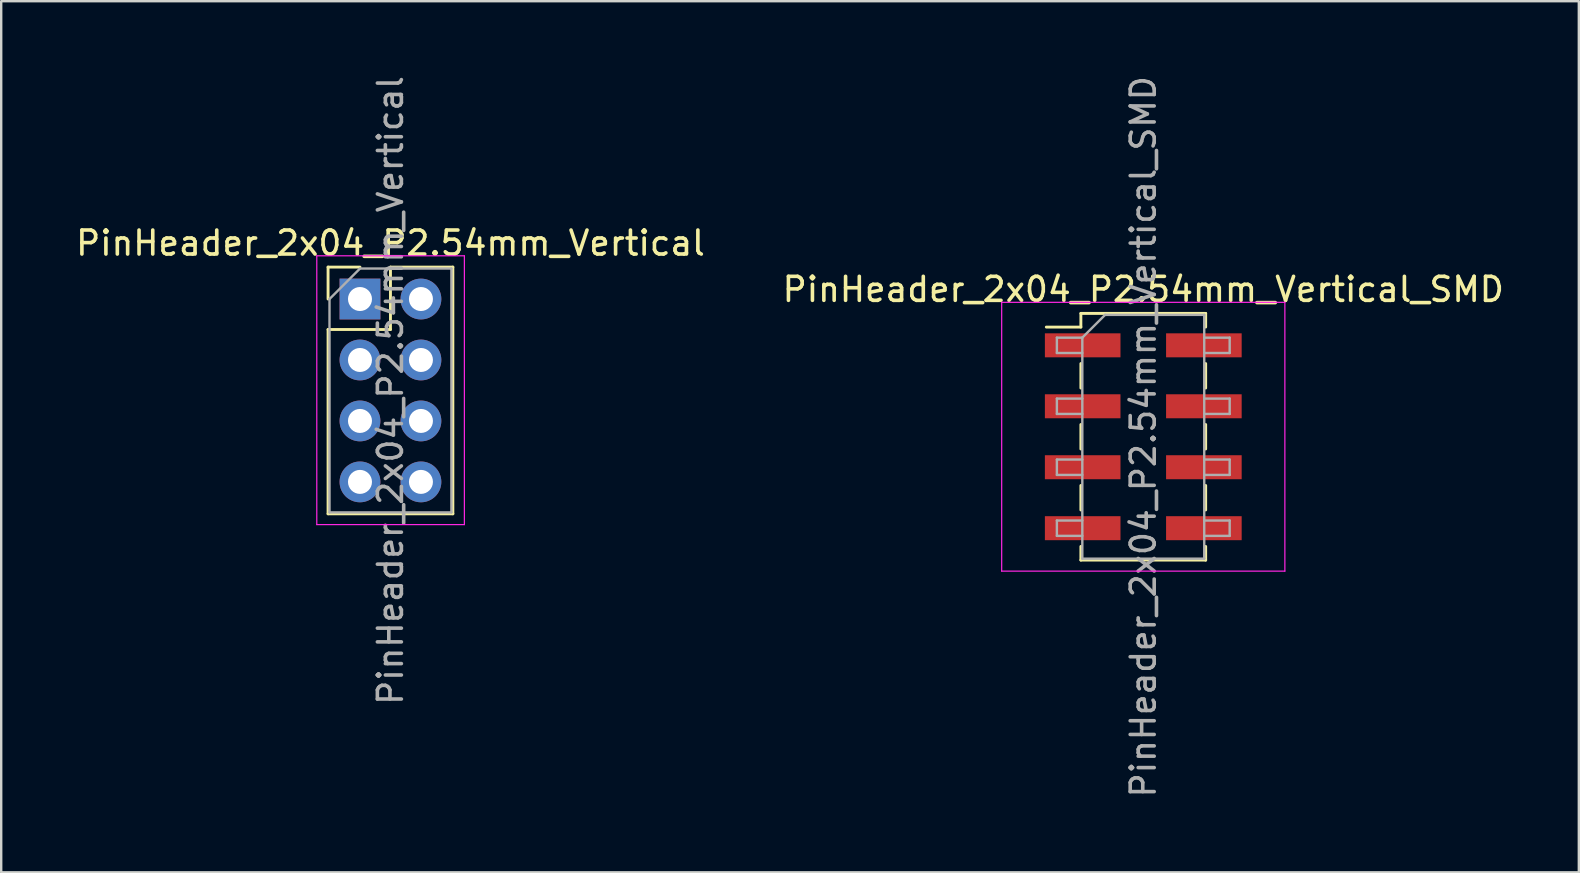
<source format=kicad_pcb>
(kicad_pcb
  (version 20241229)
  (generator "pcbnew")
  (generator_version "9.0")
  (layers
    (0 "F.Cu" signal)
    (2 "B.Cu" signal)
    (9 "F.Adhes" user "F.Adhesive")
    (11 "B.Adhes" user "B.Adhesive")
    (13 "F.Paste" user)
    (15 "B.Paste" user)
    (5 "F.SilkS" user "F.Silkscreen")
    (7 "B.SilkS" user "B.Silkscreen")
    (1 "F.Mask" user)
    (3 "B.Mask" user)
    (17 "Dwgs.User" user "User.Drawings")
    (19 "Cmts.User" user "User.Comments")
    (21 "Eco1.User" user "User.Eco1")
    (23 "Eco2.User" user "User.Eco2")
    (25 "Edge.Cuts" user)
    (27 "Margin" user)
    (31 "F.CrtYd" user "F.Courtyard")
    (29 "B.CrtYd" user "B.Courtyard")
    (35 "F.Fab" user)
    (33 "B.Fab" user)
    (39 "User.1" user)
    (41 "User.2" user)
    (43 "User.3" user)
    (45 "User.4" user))
  (footprint "PinHeader_2x04_P2.54mm_Vertical_SMD"
    (layer "F.Cu")
    (at 44.589 15.149)
    (property "Reference" "PinHeader_2x04_P2.54mm_Vertical_SMD" (at 0 -6.14 0) (layer "F.SilkS") (effects (font (size 1 1) (thickness 0.15))))
    (attr smd)
    (fp_line (start -4.04 -4.57) (end -2.6 -4.57) (stroke (width 0.12) (type solid)) (layer "F.SilkS"))
    (fp_line (start -2.6 -5.14) (end -2.6 -4.57) (stroke (width 0.12) (type solid)) (layer "F.SilkS"))
    (fp_line (start -2.6 -5.14) (end 2.6 -5.14) (stroke (width 0.12) (type solid)) (layer "F.SilkS"))
    (fp_line (start -2.6 -3.05) (end -2.6 -2.03) (stroke (width 0.12) (type solid)) (layer "F.SilkS"))
    (fp_line (start -2.6 -0.51) (end -2.6 0.51) (stroke (width 0.12) (type solid)) (layer "F.SilkS"))
    (fp_line (start -2.6 2.03) (end -2.6 3.05) (stroke (width 0.12) (type solid)) (layer "F.SilkS"))
    (fp_line (start -2.6 4.57) (end -2.6 5.14) (stroke (width 0.12) (type solid)) (layer "F.SilkS"))
    (fp_line (start -2.6 5.14) (end 2.6 5.14) (stroke (width 0.12) (type solid)) (layer "F.SilkS"))
    (fp_line (start 2.6 -5.14) (end 2.6 -4.57) (stroke (width 0.12) (type solid)) (layer "F.SilkS"))
    (fp_line (start 2.6 -3.05) (end 2.6 -2.03) (stroke (width 0.12) (type solid)) (layer "F.SilkS"))
    (fp_line (start 2.6 -0.51) (end 2.6 0.51) (stroke (width 0.12) (type solid)) (layer "F.SilkS"))
    (fp_line (start 2.6 2.03) (end 2.6 3.05) (stroke (width 0.12) (type solid)) (layer "F.SilkS"))
    (fp_line (start 2.6 4.57) (end 2.6 5.14) (stroke (width 0.12) (type solid)) (layer "F.SilkS"))
    (fp_line (start -5.9 -5.6) (end -5.9 5.6) (stroke (width 0.05) (type solid)) (layer "F.CrtYd"))
    (fp_line (start -5.9 5.6) (end 5.9 5.6) (stroke (width 0.05) (type solid)) (layer "F.CrtYd"))
    (fp_line (start 5.9 -5.6) (end -5.9 -5.6) (stroke (width 0.05) (type solid)) (layer "F.CrtYd"))
    (fp_line (start 5.9 5.6) (end 5.9 -5.6) (stroke (width 0.05) (type solid)) (layer "F.CrtYd"))
    (fp_line (start -3.6 -4.13) (end -3.6 -3.49) (stroke (width 0.1) (type solid)) (layer "F.Fab"))
    (fp_line (start -3.6 -3.49) (end -2.54 -3.49) (stroke (width 0.1) (type solid)) (layer "F.Fab"))
    (fp_line (start -3.6 -1.59) (end -3.6 -0.95) (stroke (width 0.1) (type solid)) (layer "F.Fab"))
    (fp_line (start -3.6 -0.95) (end -2.54 -0.95) (stroke (width 0.1) (type solid)) (layer "F.Fab"))
    (fp_line (start -3.6 0.95) (end -3.6 1.59) (stroke (width 0.1) (type solid)) (layer "F.Fab"))
    (fp_line (start -3.6 1.59) (end -2.54 1.59) (stroke (width 0.1) (type solid)) (layer "F.Fab"))
    (fp_line (start -3.6 3.49) (end -3.6 4.13) (stroke (width 0.1) (type solid)) (layer "F.Fab"))
    (fp_line (start -3.6 4.13) (end -2.54 4.13) (stroke (width 0.1) (type solid)) (layer "F.Fab"))
    (fp_line (start -2.54 -4.13) (end -3.6 -4.13) (stroke (width 0.1) (type solid)) (layer "F.Fab"))
    (fp_line (start -2.54 -4.13) (end -1.59 -5.08) (stroke (width 0.1) (type solid)) (layer "F.Fab"))
    (fp_line (start -2.54 -1.59) (end -3.6 -1.59) (stroke (width 0.1) (type solid)) (layer "F.Fab"))
    (fp_line (start -2.54 0.95) (end -3.6 0.95) (stroke (width 0.1) (type solid)) (layer "F.Fab"))
    (fp_line (start -2.54 3.49) (end -3.6 3.49) (stroke (width 0.1) (type solid)) (layer "F.Fab"))
    (fp_line (start -2.54 5.08) (end -2.54 -4.13) (stroke (width 0.1) (type solid)) (layer "F.Fab"))
    (fp_line (start -1.59 -5.08) (end 2.54 -5.08) (stroke (width 0.1) (type solid)) (layer "F.Fab"))
    (fp_line (start 2.54 -5.08) (end 2.54 5.08) (stroke (width 0.1) (type solid)) (layer "F.Fab"))
    (fp_line (start 2.54 -4.13) (end 3.6 -4.13) (stroke (width 0.1) (type solid)) (layer "F.Fab"))
    (fp_line (start 2.54 -1.59) (end 3.6 -1.59) (stroke (width 0.1) (type solid)) (layer "F.Fab"))
    (fp_line (start 2.54 0.95) (end 3.6 0.95) (stroke (width 0.1) (type solid)) (layer "F.Fab"))
    (fp_line (start 2.54 3.49) (end 3.6 3.49) (stroke (width 0.1) (type solid)) (layer "F.Fab"))
    (fp_line (start 2.54 5.08) (end -2.54 5.08) (stroke (width 0.1) (type solid)) (layer "F.Fab"))
    (fp_line (start 3.6 -4.13) (end 3.6 -3.49) (stroke (width 0.1) (type solid)) (layer "F.Fab"))
    (fp_line (start 3.6 -3.49) (end 2.54 -3.49) (stroke (width 0.1) (type solid)) (layer "F.Fab"))
    (fp_line (start 3.6 -1.59) (end 3.6 -0.95) (stroke (width 0.1) (type solid)) (layer "F.Fab"))
    (fp_line (start 3.6 -0.95) (end 2.54 -0.95) (stroke (width 0.1) (type solid)) (layer "F.Fab"))
    (fp_line (start 3.6 0.95) (end 3.6 1.59) (stroke (width 0.1) (type solid)) (layer "F.Fab"))
    (fp_line (start 3.6 1.59) (end 2.54 1.59) (stroke (width 0.1) (type solid)) (layer "F.Fab"))
    (fp_line (start 3.6 3.49) (end 3.6 4.13) (stroke (width 0.1) (type solid)) (layer "F.Fab"))
    (fp_line (start 3.6 4.13) (end 2.54 4.13) (stroke (width 0.1) (type solid)) (layer "F.Fab"))
    (fp_text user "${REFERENCE}" (at 0 0 90) (layer "F.Fab") (effects (font (size 1 1) (thickness 0.15))))
    (pad "1" smd rect (at -2.525 -3.81) (size 3.15 1) (layers "F.Cu" "F.Mask" "F.Paste"))
    (pad "2" smd rect (at 2.525 -3.81) (size 3.15 1) (layers "F.Cu" "F.Mask" "F.Paste"))
    (pad "3" smd rect (at -2.525 -1.27) (size 3.15 1) (layers "F.Cu" "F.Mask" "F.Paste"))
    (pad "4" smd rect (at 2.525 -1.27) (size 3.15 1) (layers "F.Cu" "F.Mask" "F.Paste"))
    (pad "5" smd rect (at -2.525 1.27) (size 3.15 1) (layers "F.Cu" "F.Mask" "F.Paste"))
    (pad "6" smd rect (at 2.525 1.27) (size 3.15 1) (layers "F.Cu" "F.Mask" "F.Paste"))
    (pad "7" smd rect (at -2.525 3.81) (size 3.15 1) (layers "F.Cu" "F.Mask" "F.Paste"))
    (pad "8" smd rect (at 2.525 3.81) (size 3.15 1) (layers "F.Cu" "F.Mask" "F.Paste")))
  (footprint "PinHeader_2x04_P2.54mm_Vertical"
    (layer "F.Cu")
    (at 11.95 9.41)
    (property "Reference" "PinHeader_2x04_P2.54mm_Vertical" (at 1.27 -2.33 0) (layer "F.SilkS") (effects (font (size 1 1) (thickness 0.15))))
    (attr through_hole)
    (fp_line (start -1.33 -1.33) (end 0 -1.33) (stroke (width 0.12) (type solid)) (layer "F.SilkS"))
    (fp_line (start -1.33 0) (end -1.33 -1.33) (stroke (width 0.12) (type solid)) (layer "F.SilkS"))
    (fp_line (start -1.33 1.27) (end -1.33 8.95) (stroke (width 0.12) (type solid)) (layer "F.SilkS"))
    (fp_line (start -1.33 1.27) (end 1.27 1.27) (stroke (width 0.12) (type solid)) (layer "F.SilkS"))
    (fp_line (start -1.33 8.95) (end 3.87 8.95) (stroke (width 0.12) (type solid)) (layer "F.SilkS"))
    (fp_line (start 1.27 -1.33) (end 3.87 -1.33) (stroke (width 0.12) (type solid)) (layer "F.SilkS"))
    (fp_line (start 1.27 1.27) (end 1.27 -1.33) (stroke (width 0.12) (type solid)) (layer "F.SilkS"))
    (fp_line (start 3.87 -1.33) (end 3.87 8.95) (stroke (width 0.12) (type solid)) (layer "F.SilkS"))
    (fp_line (start -1.8 -1.8) (end -1.8 9.4) (stroke (width 0.05) (type solid)) (layer "F.CrtYd"))
    (fp_line (start -1.8 9.4) (end 4.35 9.4) (stroke (width 0.05) (type solid)) (layer "F.CrtYd"))
    (fp_line (start 4.35 -1.8) (end -1.8 -1.8) (stroke (width 0.05) (type solid)) (layer "F.CrtYd"))
    (fp_line (start 4.35 9.4) (end 4.35 -1.8) (stroke (width 0.05) (type solid)) (layer "F.CrtYd"))
    (fp_line (start -1.27 0) (end 0 -1.27) (stroke (width 0.1) (type solid)) (layer "F.Fab"))
    (fp_line (start -1.27 8.89) (end -1.27 0) (stroke (width 0.1) (type solid)) (layer "F.Fab"))
    (fp_line (start 0 -1.27) (end 3.81 -1.27) (stroke (width 0.1) (type solid)) (layer "F.Fab"))
    (fp_line (start 3.81 -1.27) (end 3.81 8.89) (stroke (width 0.1) (type solid)) (layer "F.Fab"))
    (fp_line (start 3.81 8.89) (end -1.27 8.89) (stroke (width 0.1) (type solid)) (layer "F.Fab"))
    (fp_text user "${REFERENCE}" (at 1.27 3.81 90) (layer "F.Fab") (effects (font (size 1 1) (thickness 0.15))))
    (pad "1" thru_hole rect (at 0 0) (size 1.7 1.7) (drill 1) (layers "*.Cu" "*.Mask"))
    (pad "2" thru_hole oval (at 2.54 0) (size 1.7 1.7) (drill 1) (layers "*.Cu" "*.Mask"))
    (pad "3" thru_hole oval (at 0 2.54) (size 1.7 1.7) (drill 1) (layers "*.Cu" "*.Mask"))
    (pad "4" thru_hole oval (at 2.54 2.54) (size 1.7 1.7) (drill 1) (layers "*.Cu" "*.Mask"))
    (pad "5" thru_hole oval (at 0 5.08) (size 1.7 1.7) (drill 1) (layers "*.Cu" "*.Mask"))
    (pad "6" thru_hole oval (at 2.54 5.08) (size 1.7 1.7) (drill 1) (layers "*.Cu" "*.Mask"))
    (pad "7" thru_hole oval (at 0 7.62) (size 1.7 1.7) (drill 1) (layers "*.Cu" "*.Mask"))
    (pad "8" thru_hole oval (at 2.54 7.62) (size 1.7 1.7) (drill 1) (layers "*.Cu" "*.Mask")))
  (gr_rect
    (start -3 -3)
    (end 62.738 33.298)
    (stroke (width 0.1) (type default))
    (fill no)
    (layer "Edge.Cuts")))
</source>
